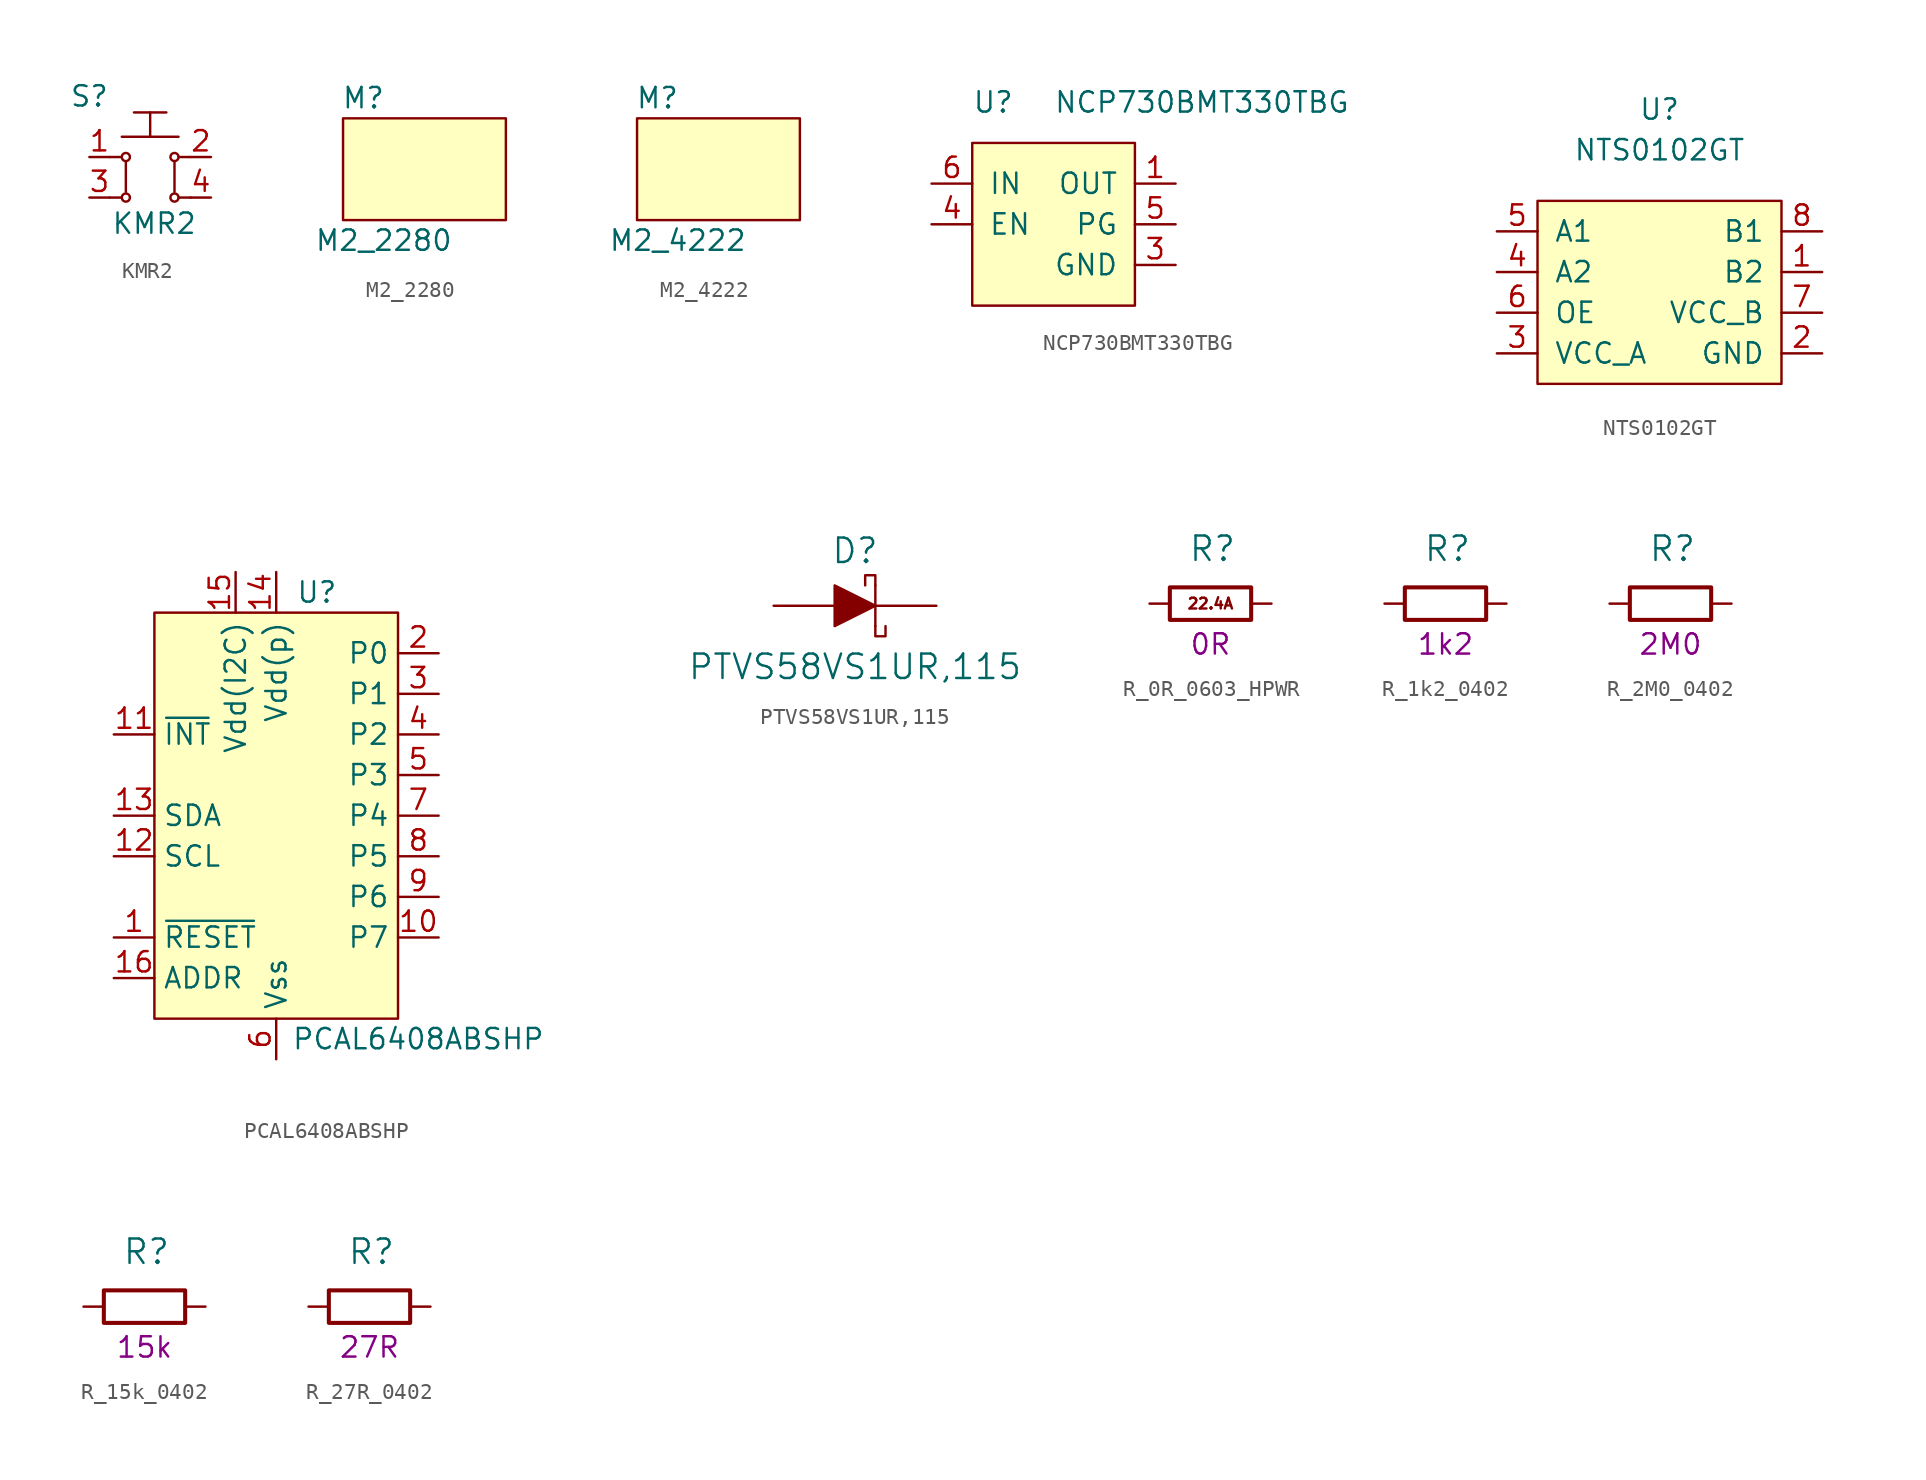
<source format=kicad_sym>
(kicad_symbol_lib
  (version 20220914)
  (generator kicad_symbol_editor)
  (symbol "KMR2"
    (pin_names
      (offset 1.016))
    (property "Reference" "S"
      (at -3.81 3.81 0)
      (effects (font (size 1.27 1.27))))
    (property "Value" "KMR2"
      (at 0.254 -4.166 0)
      (effects (font (size 1.27 1.27))))
    (symbol "KMR2_0_1"
      (circle (center -1.524 0) (radius 0.254) (stroke (width 0) (type default)) (fill (type none)))
      (polyline (pts (xy -2.54 0) (xy -1.778 0)) (stroke (width 0) (type default)) (fill (type none)))
      (polyline (pts (xy -1.778 1.27) (xy 1.778 1.27)) (stroke (width 0) (type default)) (fill (type none)))
      (polyline (pts (xy -1.524 -0.305) (xy -1.524 -2.184)) (stroke (width 0) (type default)) (fill (type none)))
      (polyline (pts (xy -1.016 2.794) (xy 1.016 2.794)) (stroke (width 0) (type default)) (fill (type none)))
      (polyline (pts (xy 0 1.27) (xy 0 2.794)) (stroke (width 0) (type default)) (fill (type none)))
      (polyline (pts (xy 1.524 -0.254) (xy 1.524 -2.184)) (stroke (width 0) (type default)) (fill (type none)))
      (polyline (pts (xy 2.54 0) (xy 1.778 0)) (stroke (width 0) (type default)) (fill (type none)))
      (circle (center 1.524 0) (radius 0.254) (stroke (width 0) (type default)) (fill (type none))))
    (symbol "KMR2_1_1"
      (circle (center -1.524 -2.54) (radius 0.254) (stroke (width 0) (type default)) (fill (type none)))
      (polyline (pts (xy -2.54 -2.54) (xy -1.778 -2.54)) (stroke (width 0) (type default)) (fill (type none)))
      (polyline (pts (xy 2.54 -2.54) (xy 1.778 -2.54)) (stroke (width 0) (type default)) (fill (type none)))
      (circle (center 1.524 -2.54) (radius 0.254) (stroke (width 0) (type default)) (fill (type none)))
      (pin passive line (at -3.81 0 0) (length 1.27) (name "~" (effects (font (size 1.27 1.27)))) (number "1" (effects (font (size 1.27 1.27)))))
      (pin passive line (at 3.81 0 180) (length 1.27) (name "~" (effects (font (size 1.27 1.27)))) (number "2" (effects (font (size 1.27 1.27)))))
      (pin passive line (at -3.81 -2.54 0) (length 1.27) (name "~" (effects (font (size 1.27 1.27)))) (number "3" (effects (font (size 1.27 1.27)))))
      (pin passive line (at 3.81 -2.54 180) (length 1.27) (name "~" (effects (font (size 1.27 1.27)))) (number "4" (effects (font (size 1.27 1.27)))))))
  (symbol "M2_2280"
    (pin_names
      (offset 1.016))
    (property "Reference" "M"
      (at 1.27 7.62 0)
      (effects (font (size 1.27 1.27))))
    (property "Value" "M2_2280"
      (at 2.54 -1.27 0)
      (effects (font (size 1.27 1.27))))
    (symbol "M2_2280_0_1"
      (rectangle (start 10.16 0) (end 0 6.35) (stroke (width 0) (type default)) (fill (type background)))))
  (symbol "M2_4222"
    (pin_names
      (offset 1.016))
    (property "Reference" "M"
      (at 1.27 7.62 0)
      (effects (font (size 1.27 1.27))))
    (property "Value" "M2_4222"
      (at 2.54 -1.27 0)
      (effects (font (size 1.27 1.27))))
    (symbol "M2_4222_0_1"
      (rectangle (start 10.16 0) (end 0 6.35) (stroke (width 0) (type default)) (fill (type background)))))
  (symbol "NCP730BMT330TBG"
    (pin_names
      (offset 1.016))
    (property "Reference" "U"
      (at -5.08 7.62 0)
      (effects (font (size 1.27 1.27)) (justify left)))
    (property "Value" "NCP730BMT330TBG"
      (at 0 7.62 0)
      (effects (font (size 1.27 1.27)) (justify left)))
    (symbol "NCP730BMT330TBG_0_1"
      (rectangle (start -5.08 5.08) (end 5.08 -5.08) (stroke (width 0) (type default)) (fill (type background))))
    (symbol "NCP730BMT330TBG_1_1"
      (pin power_out line (at 7.62 2.54 180) (length 2.54) (name "OUT" (effects (font (size 1.27 1.27)))) (number "1" (effects (font (size 1.27 1.27)))))
      (pin no_connect line (at -5.08 -2.54 0) (length 2.54) hide (name "NC" (effects (font (size 1.27 1.27)))) (number "2" (effects (font (size 1.27 1.27)))))
      (pin power_in line (at 7.62 -2.54 180) (length 2.54) (name "GND" (effects (font (size 1.27 1.27)))) (number "3" (effects (font (size 1.27 1.27)))))
      (pin input line (at -7.62 0 0) (length 2.54) (name "EN" (effects (font (size 1.27 1.27)))) (number "4" (effects (font (size 1.27 1.27)))))
      (pin open_collector line (at 7.62 0 180) (length 2.54) (name "PG" (effects (font (size 1.27 1.27)))) (number "5" (effects (font (size 1.27 1.27)))))
      (pin power_out line (at -7.62 2.54 0) (length 2.54) (name "IN" (effects (font (size 1.27 1.27)))) (number "6" (effects (font (size 1.27 1.27)))))
      (pin passive line (at 7.62 -2.54 180) (length 2.54) hide (name "EP" (effects (font (size 1.27 1.27)))) (number "7" (effects (font (size 1.27 1.27)))))))
  (symbol "NTS0102GT"
    (pin_names
      (offset 1.016))
    (property "Reference" "U"
      (at 0 12.7 0)
      (effects (font (size 1.27 1.27))))
    (property "Value" "NTS0102GT"
      (at 0 10.16 0)
      (effects (font (size 1.27 1.27))))
    (symbol "NTS0102GT_0_1"
      (rectangle (start -7.62 6.985) (end 7.62 -4.445) (stroke (width 0) (type default)) (fill (type background))))
    (symbol "NTS0102GT_1_1"
      (pin bidirectional line (at 10.16 2.54 180) (length 2.54) (name "B2" (effects (font (size 1.27 1.27)))) (number "1" (effects (font (size 1.27 1.27)))))
      (pin power_in line (at 10.16 -2.54 180) (length 2.54) (name "GND" (effects (font (size 1.27 1.27)))) (number "2" (effects (font (size 1.27 1.27)))))
      (pin power_in line (at -10.16 -2.54 0) (length 2.54) (name "VCC_A" (effects (font (size 1.27 1.27)))) (number "3" (effects (font (size 1.27 1.27)))))
      (pin bidirectional line (at -10.16 2.54 0) (length 2.54) (name "A2" (effects (font (size 1.27 1.27)))) (number "4" (effects (font (size 1.27 1.27)))))
      (pin bidirectional line (at -10.16 5.08 0) (length 2.54) (name "A1" (effects (font (size 1.27 1.27)))) (number "5" (effects (font (size 1.27 1.27)))))
      (pin power_in line (at -10.16 0 0) (length 2.54) (name "OE" (effects (font (size 1.27 1.27)))) (number "6" (effects (font (size 1.27 1.27)))))
      (pin power_in line (at 10.16 0 180) (length 2.54) (name "VCC_B" (effects (font (size 1.27 1.27)))) (number "7" (effects (font (size 1.27 1.27)))))
      (pin bidirectional line (at 10.16 5.08 180) (length 2.54) (name "B1" (effects (font (size 1.27 1.27)))) (number "8" (effects (font (size 1.27 1.27)))))))
  (symbol "PCAL6408ABSHP"
    (property "Reference" "U"
      (at 2.54 21.59 0)
      (effects (font (size 1.27 1.27))))
    (property "Value" "PCAL6408ABSHP"
      (at 8.89 -6.35 0)
      (effects (font (size 1.27 1.27))))
    (symbol "PCAL6408ABSHP_0_0"
      (pin input line (at -10.16 0 0) (length 2.54) (name "~{RESET}" (effects (font (size 1.27 1.27)))) (number "1" (effects (font (size 1.27 1.27)))))
      (pin bidirectional line (at 10.16 0 180) (length 2.54) (name "P7" (effects (font (size 1.27 1.27)))) (number "10" (effects (font (size 1.27 1.27)))))
      (pin output line (at -10.16 12.7 0) (length 2.54) (name "~{INT}" (effects (font (size 1.27 1.27)))) (number "11" (effects (font (size 1.27 1.27)))))
      (pin input line (at -10.16 5.08 0) (length 2.54) (name "SCL" (effects (font (size 1.27 1.27)))) (number "12" (effects (font (size 1.27 1.27)))))
      (pin bidirectional line (at -10.16 7.62 0) (length 2.54) (name "SDA" (effects (font (size 1.27 1.27)))) (number "13" (effects (font (size 1.27 1.27)))))
      (pin power_in line (at 0 22.86 270) (length 2.54) (name "Vdd(p)" (effects (font (size 1.27 1.27)))) (number "14" (effects (font (size 1.27 1.27)))))
      (pin power_in line (at -2.54 22.86 270) (length 2.54) (name "Vdd(I2C)" (effects (font (size 1.27 1.27)))) (number "15" (effects (font (size 1.27 1.27)))))
      (pin passive line (at -10.16 -2.54 0) (length 2.54) (name "ADDR" (effects (font (size 1.27 1.27)))) (number "16" (effects (font (size 1.27 1.27)))))
      (pin bidirectional line (at 10.16 17.78 180) (length 2.54) (name "P0" (effects (font (size 1.27 1.27)))) (number "2" (effects (font (size 1.27 1.27)))))
      (pin bidirectional line (at 10.16 15.24 180) (length 2.54) (name "P1" (effects (font (size 1.27 1.27)))) (number "3" (effects (font (size 1.27 1.27)))))
      (pin bidirectional line (at 10.16 12.7 180) (length 2.54) (name "P2" (effects (font (size 1.27 1.27)))) (number "4" (effects (font (size 1.27 1.27)))))
      (pin bidirectional line (at 10.16 10.16 180) (length 2.54) (name "P3" (effects (font (size 1.27 1.27)))) (number "5" (effects (font (size 1.27 1.27)))))
      (pin power_in line (at 0 -7.62 90) (length 2.54) (name "Vss" (effects (font (size 1.27 1.27)))) (number "6" (effects (font (size 1.27 1.27)))))
      (pin bidirectional line (at 10.16 7.62 180) (length 2.54) (name "P4" (effects (font (size 1.27 1.27)))) (number "7" (effects (font (size 1.27 1.27)))))
      (pin bidirectional line (at 10.16 5.08 180) (length 2.54) (name "P5" (effects (font (size 1.27 1.27)))) (number "8" (effects (font (size 1.27 1.27)))))
      (pin bidirectional line (at 10.16 2.54 180) (length 2.54) (name "P6" (effects (font (size 1.27 1.27)))) (number "9" (effects (font (size 1.27 1.27))))))
    (symbol "PCAL6408ABSHP_0_1"
      (rectangle (start -7.62 20.32) (end 7.62 -5.08) (stroke (width 0) (type default)) (fill (type background)))))
  (symbol "PTVS58VS1UR,115"
    (pin_numbers hide)
    (pin_names
      (offset 0) hide)
    (property "Reference" "D"
      (at 0 2.54 0)
      (effects (font (size 1.524 1.524)) (justify bottom)))
    (property "Value" "PTVS58VS1UR,115"
      (at 0 -3.81 0)
      (effects (font (size 1.524 1.524))))
    (symbol "PTVS58VS1UR,115_0_1"
      (polyline (pts (xy 1.27 1.27) (xy 1.27 -1.27)) (stroke (width 0) (type default)) (fill (type none)))
      (polyline (pts (xy -1.27 1.27) (xy -1.27 -1.27) (xy 1.27 0) (xy -1.27 1.27)) (stroke (width 0) (type default)) (fill (type outline)))
      (polyline (pts (xy 1.27 -1.27) (xy 1.27 -1.905) (xy 1.905 -1.905) (xy 1.905 -1.27)) (stroke (width 0) (type default)) (fill (type none)))
      (polyline (pts (xy 1.27 1.27) (xy 1.27 1.905) (xy 0.635 1.905) (xy 0.635 1.27)) (stroke (width 0) (type default)) (fill (type none))))
    (symbol "PTVS58VS1UR,115_1_1"
      (pin passive line (at -5.08 0 0) (length 3.81) (name "~" (effects (font (size 1.27 1.27)))) (number "A" (effects (font (size 1.27 1.27)))))
      (pin passive line (at 5.08 0 180) (length 3.81) (name "~" (effects (font (size 1.27 1.27)))) (number "K" (effects (font (size 1.27 1.27)))))))
  (symbol "R_0R_0603_HPWR"
    (pin_names
      (offset 0))
    (property "Reference" "R"
      (at -1.397 3.429 0)
      (effects (font (size 1.524 1.524)) (justify left)))
    (property "Val" "0R"
      (at 0 -2.54 0)
      (effects (font (size 1.27 1.27))))
    (symbol "R_0R_0603_HPWR_0_0"
      (text "22.4A" (at 0 0 0) (effects (font (size 0.67 0.67)))))
    (symbol "R_0R_0603_HPWR_1_1"
      (rectangle (start 2.54 -1.016) (end -2.54 1.016) (stroke (width 0.254) (type default)) (fill (type none)))
      (pin passive line (at -3.81 0 0) (length 1.27) (name "~" (effects (font (size 0 0)))) (number "1" (effects (font (size 0 0)))))
      (pin passive line (at 3.81 0 180) (length 1.27) (name "~" (effects (font (size 0 0)))) (number "2" (effects (font (size 0 0)))))))
  (symbol "R_1k2_0402"
    (pin_names
      (offset 0))
    (property "Reference" "R"
      (at -1.397 3.429 0)
      (effects (font (size 1.524 1.524)) (justify left)))
    (property "Val" "1k2"
      (at 0 -2.54 0)
      (effects (font (size 1.27 1.27))))
    (symbol "R_1k2_0402_1_1"
      (rectangle (start 2.54 -1.016) (end -2.54 1.016) (stroke (width 0.254) (type default)) (fill (type none)))
      (pin passive line (at -3.81 0 0) (length 1.27) (name "~" (effects (font (size 0 0)))) (number "1" (effects (font (size 0 0)))))
      (pin passive line (at 3.81 0 180) (length 1.27) (name "~" (effects (font (size 0 0)))) (number "2" (effects (font (size 0 0)))))))
  (symbol "R_2M0_0402"
    (pin_names
      (offset 0))
    (property "Reference" "R"
      (at -1.397 3.429 0)
      (effects (font (size 1.524 1.524)) (justify left)))
    (property "Val" "2M0"
      (at 0 -2.54 0)
      (effects (font (size 1.27 1.27))))
    (symbol "R_2M0_0402_1_1"
      (rectangle (start 2.54 -1.016) (end -2.54 1.016) (stroke (width 0.254) (type default)) (fill (type none)))
      (pin passive line (at -3.81 0 0) (length 1.27) (name "~" (effects (font (size 0 0)))) (number "1" (effects (font (size 0 0)))))
      (pin passive line (at 3.81 0 180) (length 1.27) (name "~" (effects (font (size 0 0)))) (number "2" (effects (font (size 0 0)))))))
  (symbol "R_15k_0402"
    (pin_names
      (offset 0))
    (property "Reference" "R"
      (at -1.397 3.429 0)
      (effects (font (size 1.524 1.524)) (justify left)))
    (property "Val" "15k"
      (at 0 -2.54 0)
      (effects (font (size 1.27 1.27))))
    (symbol "R_15k_0402_1_1"
      (rectangle (start 2.54 -1.016) (end -2.54 1.016) (stroke (width 0.254) (type default)) (fill (type none)))
      (pin passive line (at -3.81 0 0) (length 1.27) (name "~" (effects (font (size 0 0)))) (number "1" (effects (font (size 0 0)))))
      (pin passive line (at 3.81 0 180) (length 1.27) (name "~" (effects (font (size 0 0)))) (number "2" (effects (font (size 0 0)))))))
  (symbol "R_27R_0402"
    (pin_names
      (offset 0))
    (property "Reference" "R"
      (at -1.397 3.429 0)
      (effects (font (size 1.524 1.524)) (justify left)))
    (property "Val" "27R"
      (at 0 -2.54 0)
      (effects (font (size 1.27 1.27))))
    (symbol "R_27R_0402_1_1"
      (rectangle (start 2.54 -1.016) (end -2.54 1.016) (stroke (width 0.254) (type default)) (fill (type none)))
      (pin passive line (at -3.81 0 0) (length 1.27) (name "~" (effects (font (size 0 0)))) (number "1" (effects (font (size 0 0)))))
      (pin passive line (at 3.81 0 180) (length 1.27) (name "~" (effects (font (size 0 0)))) (number "2" (effects (font (size 0 0))))))))
</source>
